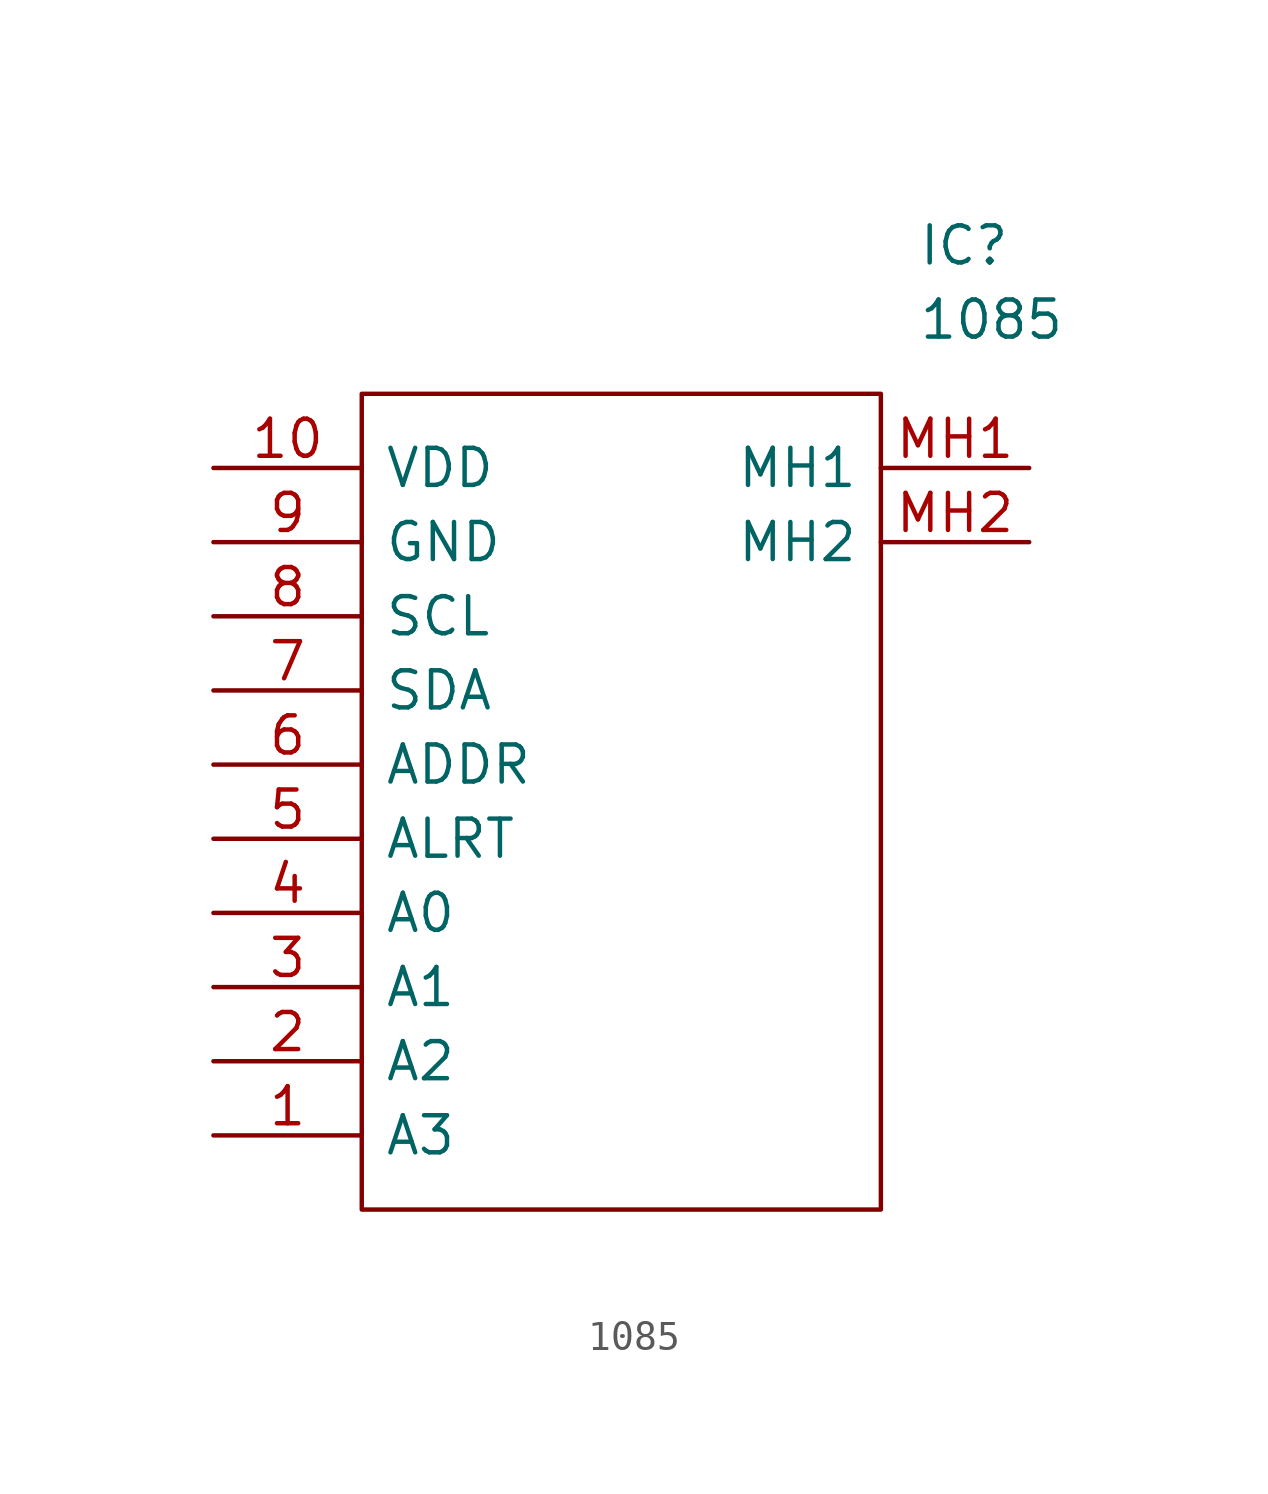
<source format=kicad_sym>
(kicad_symbol_lib
  (version 20211014)
  (generator kicad_symbol_editor)
  (symbol "1085"
    (pin_names
      (offset 0.762))
    (property "Reference" "IC"
      (at 24.13 7.62 0)
      (effects (font (size 1.27 1.27)) (justify left)))
    (property "Value" "1085"
      (at 24.13 5.08 0)
      (effects (font (size 1.27 1.27)) (justify left)))
    (symbol "1085_0_0"
      (pin passive line (at 0 -22.86 0) (length 5.08) (name "A3" (effects (font (size 1.27 1.27)))) (number "1" (effects (font (size 1.27 1.27)))))
      (pin passive line (at 0 0 0) (length 5.08) (name "VDD" (effects (font (size 1.27 1.27)))) (number "10" (effects (font (size 1.27 1.27)))))
      (pin passive line (at 0 -20.32 0) (length 5.08) (name "A2" (effects (font (size 1.27 1.27)))) (number "2" (effects (font (size 1.27 1.27)))))
      (pin passive line (at 0 -17.78 0) (length 5.08) (name "A1" (effects (font (size 1.27 1.27)))) (number "3" (effects (font (size 1.27 1.27)))))
      (pin passive line (at 0 -15.24 0) (length 5.08) (name "A0" (effects (font (size 1.27 1.27)))) (number "4" (effects (font (size 1.27 1.27)))))
      (pin passive line (at 0 -12.7 0) (length 5.08) (name "ALRT" (effects (font (size 1.27 1.27)))) (number "5" (effects (font (size 1.27 1.27)))))
      (pin passive line (at 0 -10.16 0) (length 5.08) (name "ADDR" (effects (font (size 1.27 1.27)))) (number "6" (effects (font (size 1.27 1.27)))))
      (pin passive line (at 0 -7.62 0) (length 5.08) (name "SDA" (effects (font (size 1.27 1.27)))) (number "7" (effects (font (size 1.27 1.27)))))
      (pin passive line (at 0 -5.08 0) (length 5.08) (name "SCL" (effects (font (size 1.27 1.27)))) (number "8" (effects (font (size 1.27 1.27)))))
      (pin passive line (at 0 -2.54 0) (length 5.08) (name "GND" (effects (font (size 1.27 1.27)))) (number "9" (effects (font (size 1.27 1.27)))))
      (pin passive line (at 27.94 0 180) (length 5.08) (name "MH1" (effects (font (size 1.27 1.27)))) (number "MH1" (effects (font (size 1.27 1.27)))))
      (pin passive line (at 27.94 -2.54 180) (length 5.08) (name "MH2" (effects (font (size 1.27 1.27)))) (number "MH2" (effects (font (size 1.27 1.27))))))
    (symbol "1085_0_1"
      (polyline (pts (xy 5.08 2.54) (xy 22.86 2.54) (xy 22.86 -25.4) (xy 5.08 -25.4) (xy 5.08 2.54)) (stroke (width 0.152) (type default) (color 0 0 0 0)) (fill (type none))))))
</source>
